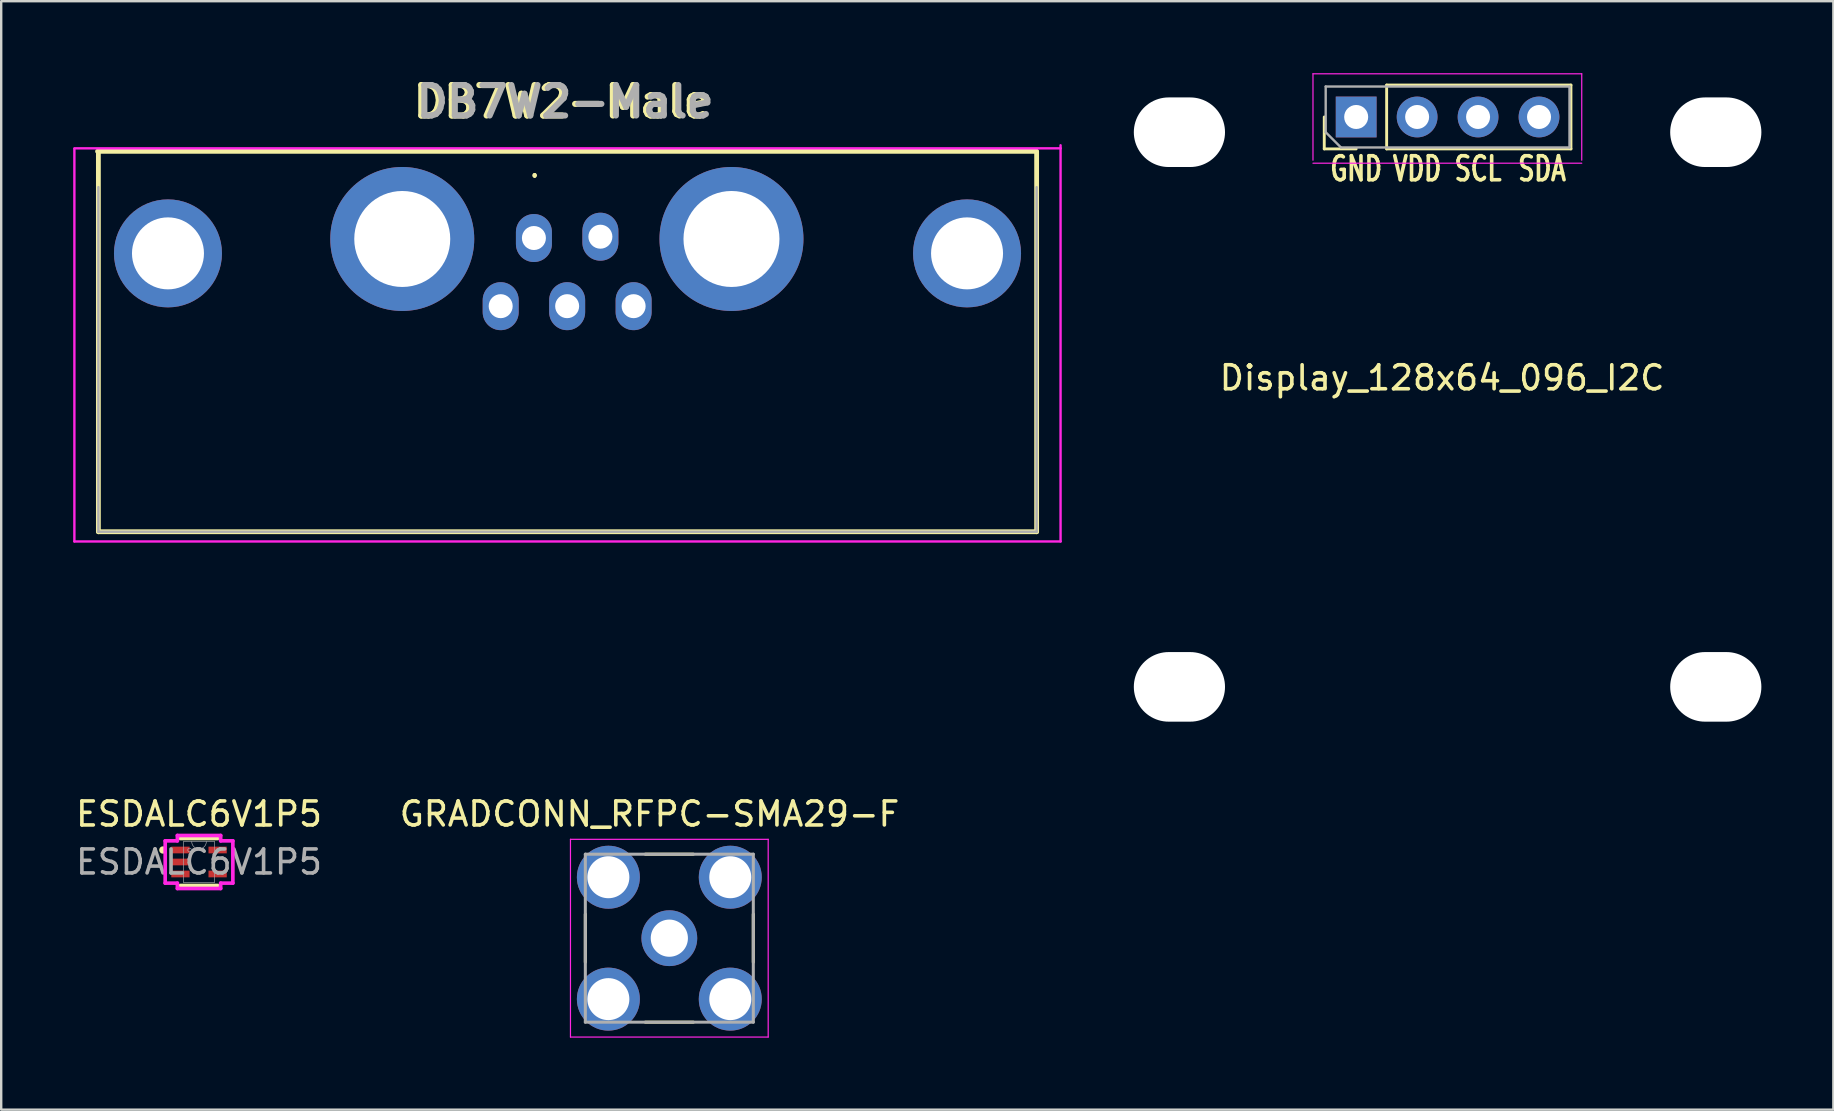
<source format=kicad_pcb>
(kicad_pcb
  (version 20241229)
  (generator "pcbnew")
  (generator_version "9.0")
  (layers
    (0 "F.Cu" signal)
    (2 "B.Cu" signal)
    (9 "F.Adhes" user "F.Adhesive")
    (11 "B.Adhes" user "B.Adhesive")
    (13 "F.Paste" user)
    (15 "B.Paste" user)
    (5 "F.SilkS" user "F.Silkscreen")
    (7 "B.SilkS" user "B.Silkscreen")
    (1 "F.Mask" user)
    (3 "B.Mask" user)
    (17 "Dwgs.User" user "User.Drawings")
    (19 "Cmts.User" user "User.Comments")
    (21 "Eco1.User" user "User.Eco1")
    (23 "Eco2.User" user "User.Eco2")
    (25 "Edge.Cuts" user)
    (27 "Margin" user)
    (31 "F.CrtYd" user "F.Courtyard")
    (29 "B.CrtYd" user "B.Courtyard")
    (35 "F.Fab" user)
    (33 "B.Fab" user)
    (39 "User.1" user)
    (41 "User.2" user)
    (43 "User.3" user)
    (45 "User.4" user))
  (footprint "Display_128x64_096_I2C"
    (layer "F.Cu")
    (at 57.276 1.825)
    (property "Reference" "Display_128x64_096_I2C" (at -0.229 10.871 0) (layer "F.SilkS") (effects (font (size 1 1) (thickness 0.15))))
    (attr through_hole)
    (fp_line (start -5.14 1.33) (end -5.14 0) (stroke (width 0.12) (type solid)) (layer "F.SilkS"))
    (fp_line (start -3.81 1.33) (end -5.14 1.33) (stroke (width 0.12) (type solid)) (layer "F.SilkS"))
    (fp_line (start -2.54 -1.33) (end 5.14 -1.33) (stroke (width 0.12) (type solid)) (layer "F.SilkS"))
    (fp_line (start -2.54 1.33) (end -2.54 -1.33) (stroke (width 0.12) (type solid)) (layer "F.SilkS"))
    (fp_line (start -2.54 1.33) (end 5.14 1.33) (stroke (width 0.12) (type solid)) (layer "F.SilkS"))
    (fp_line (start 5.14 1.33) (end 5.14 -1.33) (stroke (width 0.12) (type solid)) (layer "F.SilkS"))
    (fp_line (start -5.61 -1.8) (end -5.61 1.8) (stroke (width 0.05) (type solid)) (layer "F.CrtYd"))
    (fp_line (start -5.61 1.927) (end 5.59 1.927) (stroke (width 0.05) (type solid)) (layer "F.CrtYd"))
    (fp_line (start 5.59 -1.8) (end -5.61 -1.8) (stroke (width 0.05) (type solid)) (layer "F.CrtYd"))
    (fp_line (start 5.59 1.8) (end 5.59 -1.8) (stroke (width 0.05) (type solid)) (layer "F.CrtYd"))
    (fp_line (start -5.08 -1.27) (end 5.08 -1.27) (stroke (width 0.1) (type solid)) (layer "F.Fab"))
    (fp_line (start -5.08 0.635) (end -5.08 -1.27) (stroke (width 0.1) (type solid)) (layer "F.Fab"))
    (fp_line (start -4.445 1.27) (end -5.08 0.635) (stroke (width 0.1) (type solid)) (layer "F.Fab"))
    (fp_line (start 5.08 -1.27) (end 5.08 1.27) (stroke (width 0.1) (type solid)) (layer "F.Fab"))
    (fp_line (start 5.08 1.27) (end -4.445 1.27) (stroke (width 0.1) (type solid)) (layer "F.Fab"))
    (fp_text user "VDD" (at -1.27 2.159 0) (layer "F.SilkS") (effects (font (size 1 0.7) (thickness 0.15))))
    (fp_text user "GND" (at -3.81 2.159 0) (layer "F.SilkS") (effects (font (size 1 0.7) (thickness 0.15))))
    (fp_text user "SCL" (at 1.27 2.159 0) (layer "F.SilkS") (effects (font (size 1 0.7) (thickness 0.15))))
    (fp_text user "SDA" (at 3.937 2.159 0) (layer "F.SilkS") (effects (font (size 1 0.7) (thickness 0.15))))
    (pad "" np_thru_hole oval (at -11.176 0.635) (size 3.8 2.9) (drill oval 3.8 2.9) (layers "*.Cu" "*.Mask"))
    (pad "" np_thru_hole oval (at -11.176 23.749) (size 3.8 2.9) (drill oval 3.8 2.9) (layers "*.Cu" "*.Mask"))
    (pad "" np_thru_hole oval (at 11.176 0.635) (size 3.8 2.9) (drill oval 3.8 2.9) (layers "*.Cu" "*.Mask"))
    (pad "" np_thru_hole oval (at 11.176 23.749) (size 3.8 2.9) (drill oval 3.8 2.9) (layers "*.Cu" "*.Mask"))
    (pad "1" thru_hole rect (at -3.81 0 90) (size 1.7 1.7) (drill 1) (layers "*.Cu" "*.Mask"))
    (pad "2" thru_hole oval (at -1.27 0 90) (size 1.7 1.7) (drill 1) (layers "*.Cu" "*.Mask"))
    (pad "3" thru_hole oval (at 1.27 0 90) (size 1.7 1.7) (drill 1) (layers "*.Cu" "*.Mask"))
    (pad "4" thru_hole oval (at 3.81 0 90) (size 1.7 1.7) (drill 1) (layers "*.Cu" "*.Mask")))
  (footprint "GRADCONN_RFPC-SMA29-F"
    (layer "F.Cu")
    (at 24.843 36.047)
    (property "Reference" "GRADCONN_RFPC-SMA29-F" (at -0.825 -5.175 0) (layer "F.SilkS") (effects (font (size 1 1) (thickness 0.15))))
    (attr through_hole)
    (fp_line (start -3.5 -1) (end -3.5 1) (stroke (width 0.127) (type solid)) (layer "F.SilkS"))
    (fp_line (start -1 -3.5) (end 1 -3.5) (stroke (width 0.127) (type solid)) (layer "F.SilkS"))
    (fp_line (start -1 3.5) (end 1 3.5) (stroke (width 0.127) (type solid)) (layer "F.SilkS"))
    (fp_line (start 3.5 -1) (end 3.5 1) (stroke (width 0.127) (type solid)) (layer "F.SilkS"))
    (fp_line (start -4.12 -4.12) (end -4.12 4.12) (stroke (width 0.05) (type solid)) (layer "F.CrtYd"))
    (fp_line (start -4.12 4.12) (end 4.12 4.12) (stroke (width 0.05) (type solid)) (layer "F.CrtYd"))
    (fp_line (start 4.12 -4.12) (end -4.12 -4.12) (stroke (width 0.05) (type solid)) (layer "F.CrtYd"))
    (fp_line (start 4.12 4.12) (end 4.12 -4.12) (stroke (width 0.05) (type solid)) (layer "F.CrtYd"))
    (fp_line (start -3.5 -3.5) (end -3.5 3.5) (stroke (width 0.127) (type solid)) (layer "F.Fab"))
    (fp_line (start -3.5 3.5) (end 3.5 3.5) (stroke (width 0.127) (type solid)) (layer "F.Fab"))
    (fp_line (start 3.5 -3.5) (end -3.5 -3.5) (stroke (width 0.127) (type solid)) (layer "F.Fab"))
    (fp_line (start 3.5 3.5) (end 3.5 -3.5) (stroke (width 0.127) (type solid)) (layer "F.Fab"))
    (pad "1" thru_hole circle (at 0 0) (size 2.325 2.325) (drill 1.55) (layers "*.Cu" "*.Mask"))
    (pad "G1" thru_hole circle (at -2.54 -2.54) (size 2.625 2.625) (drill 1.75) (layers "*.Cu" "*.Mask"))
    (pad "G2" thru_hole circle (at 2.54 -2.54) (size 2.625 2.625) (drill 1.75) (layers "*.Cu" "*.Mask"))
    (pad "G3" thru_hole circle (at -2.54 2.54) (size 2.625 2.625) (drill 1.75) (layers "*.Cu" "*.Mask"))
    (pad "G4" thru_hole circle (at 2.54 2.54) (size 2.625 2.625) (drill 1.75) (layers "*.Cu" "*.Mask")))
  (footprint "ESDALC6V1P5"
    (layer "F.Cu")
    (at 5.244 32.872)
    (property "Reference" "ESDALC6V1P5" (at 0 -2 0) (unlocked yes) (layer "F.SilkS") (effects (font (size 1 1) (thickness 0.15))))
    (attr smd)
    (fp_line (start -0.775 0.978) (end 0.775 0.978) (stroke (width 0.152) (type solid)) (layer "F.SilkS"))
    (fp_line (start 0.775 -0.978) (end -0.775 -0.978) (stroke (width 0.152) (type solid)) (layer "F.SilkS"))
    (fp_arc (start -1.48844 -0.426171) (mid -1.5835 -0.5) (end -1.48844 -0.573829) (stroke (width 0.1524) (type solid)) (layer "F.SilkS"))
    (fp_line (start -1.41 -0.881) (end -0.902 -0.881) (stroke (width 0.152) (type solid)) (layer "F.CrtYd"))
    (fp_line (start -1.41 0.881) (end -1.41 -0.881) (stroke (width 0.152) (type solid)) (layer "F.CrtYd"))
    (fp_line (start -0.902 -1.105) (end 0.902 -1.105) (stroke (width 0.152) (type solid)) (layer "F.CrtYd"))
    (fp_line (start -0.902 -0.881) (end -0.902 -1.105) (stroke (width 0.152) (type solid)) (layer "F.CrtYd"))
    (fp_line (start -0.902 0.881) (end -1.41 0.881) (stroke (width 0.152) (type solid)) (layer "F.CrtYd"))
    (fp_line (start -0.902 1.105) (end -0.902 0.881) (stroke (width 0.152) (type solid)) (layer "F.CrtYd"))
    (fp_line (start 0.902 -1.105) (end 0.902 -0.881) (stroke (width 0.152) (type solid)) (layer "F.CrtYd"))
    (fp_line (start 0.902 -0.881) (end 1.41 -0.881) (stroke (width 0.152) (type solid)) (layer "F.CrtYd"))
    (fp_line (start 0.902 0.881) (end 0.902 1.105) (stroke (width 0.152) (type solid)) (layer "F.CrtYd"))
    (fp_line (start 0.902 1.105) (end -0.902 1.105) (stroke (width 0.152) (type solid)) (layer "F.CrtYd"))
    (fp_line (start 1.41 -0.881) (end 1.41 0.881) (stroke (width 0.152) (type solid)) (layer "F.CrtYd"))
    (fp_line (start 1.41 0.881) (end 0.902 0.881) (stroke (width 0.152) (type solid)) (layer "F.CrtYd"))
    (fp_line (start -0.648 -0.851) (end -0.648 0.851) (stroke (width 0.025) (type solid)) (layer "F.Fab"))
    (fp_line (start -0.648 0.851) (end 0.648 0.851) (stroke (width 0.025) (type solid)) (layer "F.Fab"))
    (fp_line (start 0.648 -0.851) (end -0.648 -0.851) (stroke (width 0.025) (type solid)) (layer "F.Fab"))
    (fp_line (start 0.648 0.851) (end 0.648 -0.851) (stroke (width 0.025) (type solid)) (layer "F.Fab"))
    (fp_arc (start 0.3048 -0.8509) (mid 0 -0.5461) (end -0.3048 -0.8509) (stroke (width 0.0254) (type solid)) (layer "F.Fab"))
    (fp_circle (center -0.394 -0.5) (end -0.318 -0.5) (stroke (width 0.025) (type solid)) (fill no) (layer "F.Fab"))
    (fp_text user "${REFERENCE}" (at 0 0 0) (unlocked yes) (layer "F.Fab") (effects (font (size 1 1) (thickness 0.15))))
    (pad "1" smd rect (at -0.775 -0.5) (size 0.762 0.279) (layers "F.Cu" "F.Mask" "F.Paste"))
    (pad "2" smd rect (at -0.775 0) (size 0.762 0.279) (layers "F.Cu" "F.Mask" "F.Paste"))
    (pad "3" smd rect (at -0.775 0.5) (size 0.762 0.279) (layers "F.Cu" "F.Mask" "F.Paste"))
    (pad "4" smd rect (at 0.775 0.5) (size 0.762 0.279) (layers "F.Cu" "F.Mask" "F.Paste"))
    (pad "5" smd rect (at 0.775 -0.5) (size 0.762 0.279) (layers "F.Cu" "F.Mask" "F.Paste")))
  (footprint "DB7W2-Male"
    (layer "F.Cu")
    (at 20.573 8.465)
    (property "Reference" "DB7W2-Male" (at -0.2 -7.276 180) (layer "F.SilkS") (effects (font (size 1.27 1.27) (thickness 0.254))))
    (attr through_hole)
    (fp_line (start -19.558 -5.207) (end 19.558 -5.207) (stroke (width 0.2) (type solid)) (layer "F.SilkS"))
    (fp_line (start -19.523 10.644) (end -19.523 -5.207) (stroke (width 0.2) (type solid)) (layer "F.SilkS"))
    (fp_line (start -1.343 -4.256) (end -1.343 -4.256) (stroke (width 0.1) (type solid)) (layer "F.SilkS"))
    (fp_line (start -1.343 -4.156) (end -1.343 -4.156) (stroke (width 0.1) (type solid)) (layer "F.SilkS"))
    (fp_line (start 19.577 -5.207) (end 19.577 10.644) (stroke (width 0.2) (type solid)) (layer "F.SilkS"))
    (fp_line (start 19.577 10.644) (end -19.523 10.644) (stroke (width 0.2) (type solid)) (layer "F.SilkS"))
    (fp_arc (start -1.343 -4.256) (mid -1.293 -4.206) (end -1.343 -4.156) (stroke (width 0.1) (type solid)) (layer "F.SilkS"))
    (fp_arc (start -1.343 -4.156) (mid -1.393 -4.206) (end -1.343 -4.256) (stroke (width 0.1) (type solid)) (layer "F.SilkS"))
    (fp_line (start -20.523 -5.334) (end 20.577 -5.334) (stroke (width 0.1) (type solid)) (layer "F.CrtYd"))
    (fp_line (start -20.523 11.049) (end -20.523 -5.31) (stroke (width 0.1) (type solid)) (layer "F.CrtYd"))
    (fp_line (start 20.574 -5.461) (end 20.574 11.049) (stroke (width 0.1) (type solid)) (layer "F.CrtYd"))
    (fp_line (start 20.577 11.049) (end -20.523 11.049) (stroke (width 0.1) (type solid)) (layer "F.CrtYd"))
    (fp_line (start -19.523 10.644) (end -19.523 -3.716) (stroke (width 0.1) (type solid)) (layer "F.Fab"))
    (fp_line (start 19.577 -3.716) (end 19.577 10.644) (stroke (width 0.1) (type solid)) (layer "F.Fab"))
    (fp_line (start 19.577 10.644) (end -19.523 10.644) (stroke (width 0.1) (type solid)) (layer "F.Fab"))
    (fp_text user "${REFERENCE}" (at -0.073 -7.276 180) (layer "F.Fab") (effects (font (size 1.27 1.27) (thickness 0.254))))
    (pad "" thru_hole circle (at -16.623 -0.956 180) (size 4.5 4.5) (drill 3) (layers "*.Cu" "*.Mask"))
    (pad "" thru_hole circle (at 16.677 -0.956 180) (size 4.5 4.5) (drill 3) (layers "*.Cu" "*.Mask"))
    (pad "1" thru_hole oval (at -1.373 -1.596 180) (size 1.5 2) (drill 1) (layers "*.Cu" "*.Mask"))
    (pad "2" thru_hole oval (at 1.397 -1.651 180) (size 1.5 2) (drill 1) (layers "*.Cu" "*.Mask"))
    (pad "3" thru_hole oval (at -2.758 1.244) (size 1.5 2) (drill 1) (layers "*.Cu" "*.Mask"))
    (pad "4" thru_hole oval (at 0.012 1.244 180) (size 1.5 2) (drill 1) (layers "*.Cu" "*.Mask"))
    (pad "5" thru_hole oval (at 2.782 1.244 180) (size 1.5 2) (drill 1) (layers "*.Cu" "*.Mask"))
    (pad "8" thru_hole circle (at -6.86 -1.556 180) (size 6 6) (drill 4) (layers "*.Cu" "*.Mask"))
    (pad "9" thru_hole circle (at 6.86 -1.556 180) (size 6 6) (drill 4) (layers "*.Cu" "*.Mask")))
  (gr_rect
    (start -3 -3)
    (end 73.352 43.192)
    (stroke (width 0.1) (type default))
    (fill no)
    (layer "Edge.Cuts")))
</source>
